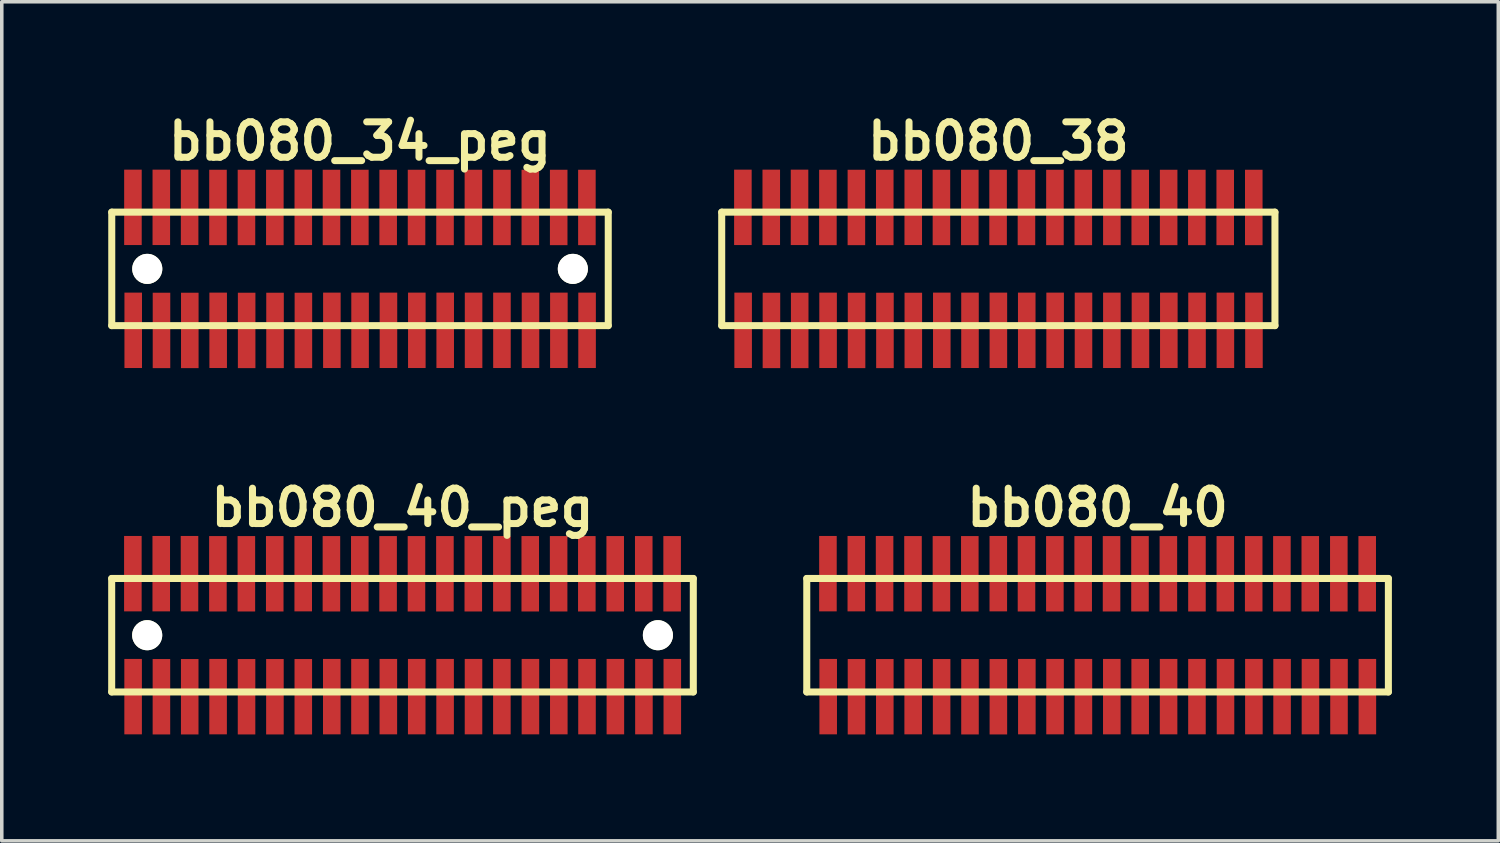
<source format=kicad_pcb>
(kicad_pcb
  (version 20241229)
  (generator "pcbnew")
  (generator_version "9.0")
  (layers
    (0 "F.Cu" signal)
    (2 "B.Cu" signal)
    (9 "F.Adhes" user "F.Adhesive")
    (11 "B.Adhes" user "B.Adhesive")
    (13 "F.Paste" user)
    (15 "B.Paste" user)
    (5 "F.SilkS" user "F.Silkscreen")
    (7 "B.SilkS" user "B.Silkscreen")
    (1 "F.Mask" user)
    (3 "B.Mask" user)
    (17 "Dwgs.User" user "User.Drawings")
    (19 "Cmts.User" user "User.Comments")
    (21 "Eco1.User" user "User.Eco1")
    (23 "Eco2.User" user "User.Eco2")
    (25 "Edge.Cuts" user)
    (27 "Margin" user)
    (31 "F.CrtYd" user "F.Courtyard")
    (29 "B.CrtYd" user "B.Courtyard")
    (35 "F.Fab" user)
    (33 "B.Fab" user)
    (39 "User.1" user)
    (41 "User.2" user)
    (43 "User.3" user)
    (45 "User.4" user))
  (footprint "bb080_40_peg"
    (layer "F.Cu")
    (at 8.298 14.859)
    (property "Reference" "bb080_40_peg" (at 0 -3.599 0) (layer "F.SilkS") (effects (font (size 0.998 0.998) (thickness 0.198))))
    (attr through_hole)
    (fp_line (start -8.199 -1.6) (end -8.199 1.6) (stroke (width 0.198) (type solid)) (layer "F.SilkS"))
    (fp_line (start -8.199 -1.6) (end 8.199 -1.6) (stroke (width 0.198) (type solid)) (layer "F.SilkS"))
    (fp_line (start 8.199 1.6) (end -8.199 1.6) (stroke (width 0.198) (type solid)) (layer "F.SilkS"))
    (fp_line (start 8.199 1.6) (end 8.199 -1.6) (stroke (width 0.198) (type solid)) (layer "F.SilkS"))
    (pad "" np_thru_hole circle (at -7.198 0) (size 0.848 0.848) (drill 0.848) (layers "*.Cu" "*.Mask" "F.SilkS"))
    (pad "" np_thru_hole circle (at 7.201 0) (size 0.848 0.848) (drill 0.848) (layers "*.Cu" "*.Mask" "F.SilkS"))
    (pad "1" smd rect (at -7.595 1.732) (size 0.495 2.126) (layers "F.Cu" "F.Mask" "F.Paste"))
    (pad "2" smd rect (at -7.602 -1.735) (size 0.495 2.126) (layers "F.Cu" "F.Mask" "F.Paste"))
    (pad "3" smd rect (at -6.797 1.735) (size 0.495 2.126) (layers "F.Cu" "F.Mask" "F.Paste"))
    (pad "4" smd rect (at -6.802 -1.735) (size 0.495 2.126) (layers "F.Cu" "F.Mask" "F.Paste"))
    (pad "5" smd rect (at -5.999 1.735) (size 0.495 2.126) (layers "F.Cu" "F.Mask" "F.Paste"))
    (pad "6" smd rect (at -6.005 -1.735) (size 0.495 2.126) (layers "F.Cu" "F.Mask" "F.Paste"))
    (pad "7" smd rect (at -5.199 1.732) (size 0.495 2.126) (layers "F.Cu" "F.Mask" "F.Paste"))
    (pad "8" smd rect (at -5.204 -1.732) (size 0.495 2.126) (layers "F.Cu" "F.Mask" "F.Paste"))
    (pad "9" smd rect (at -4.397 1.735) (size 0.495 2.126) (layers "F.Cu" "F.Mask" "F.Paste"))
    (pad "10" smd rect (at -4.402 -1.732) (size 0.495 2.126) (layers "F.Cu" "F.Mask" "F.Paste"))
    (pad "11" smd rect (at -3.597 1.735) (size 0.495 2.126) (layers "F.Cu" "F.Mask" "F.Paste"))
    (pad "12" smd rect (at -3.602 -1.732) (size 0.495 2.126) (layers "F.Cu" "F.Mask" "F.Paste"))
    (pad "13" smd rect (at -2.797 1.735) (size 0.495 2.126) (layers "F.Cu" "F.Mask" "F.Paste"))
    (pad "14" smd rect (at -2.799 -1.735) (size 0.495 2.126) (layers "F.Cu" "F.Mask" "F.Paste"))
    (pad "15" smd rect (at -1.994 1.732) (size 0.495 2.126) (layers "F.Cu" "F.Mask" "F.Paste"))
    (pad "16" smd rect (at -2.004 -1.732) (size 0.495 2.126) (layers "F.Cu" "F.Mask" "F.Paste"))
    (pad "17" smd rect (at -1.199 1.732) (size 0.495 2.126) (layers "F.Cu" "F.Mask" "F.Paste"))
    (pad "18" smd rect (at -1.204 -1.732) (size 0.495 2.126) (layers "F.Cu" "F.Mask" "F.Paste"))
    (pad "19" smd rect (at -0.399 1.732) (size 0.495 2.126) (layers "F.Cu" "F.Mask" "F.Paste"))
    (pad "20" smd rect (at -0.406 -1.732) (size 0.495 2.126) (layers "F.Cu" "F.Mask" "F.Paste"))
    (pad "21" smd rect (at 0.401 1.732) (size 0.495 2.126) (layers "F.Cu" "F.Mask" "F.Paste"))
    (pad "22" smd rect (at 0.394 -1.732) (size 0.495 2.126) (layers "F.Cu" "F.Mask" "F.Paste"))
    (pad "23" smd rect (at 1.201 1.732) (size 0.495 2.126) (layers "F.Cu" "F.Mask" "F.Paste"))
    (pad "24" smd rect (at 1.196 -1.732) (size 0.495 2.126) (layers "F.Cu" "F.Mask" "F.Paste"))
    (pad "25" smd rect (at 2.002 1.732) (size 0.495 2.126) (layers "F.Cu" "F.Mask" "F.Paste"))
    (pad "26" smd rect (at 1.996 -1.732) (size 0.495 2.126) (layers "F.Cu" "F.Mask" "F.Paste"))
    (pad "27" smd rect (at 2.802 1.732) (size 0.495 2.126) (layers "F.Cu" "F.Mask" "F.Paste"))
    (pad "28" smd rect (at 2.802 -1.732) (size 0.495 2.126) (layers "F.Cu" "F.Mask" "F.Paste"))
    (pad "29" smd rect (at 3.607 1.732) (size 0.495 2.126) (layers "F.Cu" "F.Mask" "F.Paste"))
    (pad "30" smd rect (at 3.602 -1.732) (size 0.495 2.126) (layers "F.Cu" "F.Mask" "F.Paste"))
    (pad "31" smd rect (at 4.407 1.732) (size 0.495 2.126) (layers "F.Cu" "F.Mask" "F.Paste"))
    (pad "32" smd rect (at 4.402 -1.732) (size 0.495 2.126) (layers "F.Cu" "F.Mask" "F.Paste"))
    (pad "33" smd rect (at 5.202 1.732) (size 0.495 2.126) (layers "F.Cu" "F.Mask" "F.Paste"))
    (pad "34" smd rect (at 5.197 -1.732) (size 0.495 2.126) (layers "F.Cu" "F.Mask" "F.Paste"))
    (pad "35" smd rect (at 6.002 1.732) (size 0.495 2.126) (layers "F.Cu" "F.Mask" "F.Paste"))
    (pad "36" smd rect (at 5.997 -1.732) (size 0.495 2.126) (layers "F.Cu" "F.Mask" "F.Paste"))
    (pad "37" smd rect (at 6.807 1.732) (size 0.495 2.126) (layers "F.Cu" "F.Mask" "F.Paste"))
    (pad "38" smd rect (at 6.802 -1.732) (size 0.495 2.126) (layers "F.Cu" "F.Mask" "F.Paste"))
    (pad "39" smd rect (at 7.607 1.732) (size 0.495 2.126) (layers "F.Cu" "F.Mask" "F.Paste"))
    (pad "40" smd rect (at 7.602 -1.732) (size 0.495 2.126) (layers "F.Cu" "F.Mask" "F.Paste")))
  (footprint "bb080_38"
    (layer "F.Cu")
    (at 25.098 4.531)
    (property "Reference" "bb080_38" (at 0 -3.599 0) (layer "F.SilkS") (effects (font (size 0.998 0.998) (thickness 0.198))))
    (attr through_hole)
    (fp_line (start -7.8 -1.6) (end -7.8 1.6) (stroke (width 0.198) (type solid)) (layer "F.SilkS"))
    (fp_line (start -7.8 1.6) (end 7.798 1.6) (stroke (width 0.198) (type solid)) (layer "F.SilkS"))
    (fp_line (start 7.798 -1.6) (end -7.8 -1.6) (stroke (width 0.198) (type solid)) (layer "F.SilkS"))
    (fp_line (start 7.798 1.6) (end 7.798 -1.6) (stroke (width 0.198) (type solid)) (layer "F.SilkS"))
    (pad "1" smd rect (at -7.196 1.732) (size 0.495 2.126) (layers "F.Cu" "F.Mask" "F.Paste"))
    (pad "2" smd rect (at -7.203 -1.735) (size 0.495 2.126) (layers "F.Cu" "F.Mask" "F.Paste"))
    (pad "3" smd rect (at -6.398 1.735) (size 0.495 2.126) (layers "F.Cu" "F.Mask" "F.Paste"))
    (pad "4" smd rect (at -6.403 -1.735) (size 0.495 2.126) (layers "F.Cu" "F.Mask" "F.Paste"))
    (pad "5" smd rect (at -5.601 1.735) (size 0.495 2.126) (layers "F.Cu" "F.Mask" "F.Paste"))
    (pad "6" smd rect (at -5.606 -1.735) (size 0.495 2.126) (layers "F.Cu" "F.Mask" "F.Paste"))
    (pad "7" smd rect (at -4.801 1.732) (size 0.495 2.126) (layers "F.Cu" "F.Mask" "F.Paste"))
    (pad "8" smd rect (at -4.806 -1.732) (size 0.495 2.126) (layers "F.Cu" "F.Mask" "F.Paste"))
    (pad "9" smd rect (at -3.998 1.735) (size 0.495 2.126) (layers "F.Cu" "F.Mask" "F.Paste"))
    (pad "10" smd rect (at -4.003 -1.732) (size 0.495 2.126) (layers "F.Cu" "F.Mask" "F.Paste"))
    (pad "11" smd rect (at -3.198 1.735) (size 0.495 2.126) (layers "F.Cu" "F.Mask" "F.Paste"))
    (pad "12" smd rect (at -3.203 -1.732) (size 0.495 2.126) (layers "F.Cu" "F.Mask" "F.Paste"))
    (pad "13" smd rect (at -2.398 1.735) (size 0.495 2.126) (layers "F.Cu" "F.Mask" "F.Paste"))
    (pad "14" smd rect (at -2.4 -1.735) (size 0.495 2.126) (layers "F.Cu" "F.Mask" "F.Paste"))
    (pad "15" smd rect (at -1.595 1.732) (size 0.495 2.126) (layers "F.Cu" "F.Mask" "F.Paste"))
    (pad "16" smd rect (at -1.605 -1.732) (size 0.495 2.126) (layers "F.Cu" "F.Mask" "F.Paste"))
    (pad "17" smd rect (at -0.8 1.732) (size 0.495 2.126) (layers "F.Cu" "F.Mask" "F.Paste"))
    (pad "18" smd rect (at -0.805 -1.732) (size 0.495 2.126) (layers "F.Cu" "F.Mask" "F.Paste"))
    (pad "19" smd rect (at 0 1.732) (size 0.495 2.126) (layers "F.Cu" "F.Mask" "F.Paste"))
    (pad "20" smd rect (at -0.008 -1.732) (size 0.495 2.126) (layers "F.Cu" "F.Mask" "F.Paste"))
    (pad "21" smd rect (at 0.8 1.732) (size 0.495 2.126) (layers "F.Cu" "F.Mask" "F.Paste"))
    (pad "22" smd rect (at 0.792 -1.732) (size 0.495 2.126) (layers "F.Cu" "F.Mask" "F.Paste"))
    (pad "23" smd rect (at 1.6 1.732) (size 0.495 2.126) (layers "F.Cu" "F.Mask" "F.Paste"))
    (pad "24" smd rect (at 1.595 -1.732) (size 0.495 2.126) (layers "F.Cu" "F.Mask" "F.Paste"))
    (pad "25" smd rect (at 2.4 1.732) (size 0.495 2.126) (layers "F.Cu" "F.Mask" "F.Paste"))
    (pad "26" smd rect (at 2.395 -1.732) (size 0.495 2.126) (layers "F.Cu" "F.Mask" "F.Paste"))
    (pad "27" smd rect (at 3.2 1.732) (size 0.495 2.126) (layers "F.Cu" "F.Mask" "F.Paste"))
    (pad "28" smd rect (at 3.2 -1.732) (size 0.495 2.126) (layers "F.Cu" "F.Mask" "F.Paste"))
    (pad "29" smd rect (at 4.006 1.732) (size 0.495 2.126) (layers "F.Cu" "F.Mask" "F.Paste"))
    (pad "30" smd rect (at 4 -1.732) (size 0.495 2.126) (layers "F.Cu" "F.Mask" "F.Paste"))
    (pad "31" smd rect (at 4.806 1.732) (size 0.495 2.126) (layers "F.Cu" "F.Mask" "F.Paste"))
    (pad "32" smd rect (at 4.801 -1.732) (size 0.495 2.126) (layers "F.Cu" "F.Mask" "F.Paste"))
    (pad "33" smd rect (at 5.601 1.732) (size 0.495 2.126) (layers "F.Cu" "F.Mask" "F.Paste"))
    (pad "34" smd rect (at 5.596 -1.732) (size 0.495 2.126) (layers "F.Cu" "F.Mask" "F.Paste"))
    (pad "35" smd rect (at 6.401 1.732) (size 0.495 2.126) (layers "F.Cu" "F.Mask" "F.Paste"))
    (pad "36" smd rect (at 6.396 -1.732) (size 0.495 2.126) (layers "F.Cu" "F.Mask" "F.Paste"))
    (pad "37" smd rect (at 7.206 1.732) (size 0.495 2.126) (layers "F.Cu" "F.Mask" "F.Paste"))
    (pad "38" smd rect (at 7.201 -1.732) (size 0.495 2.126) (layers "F.Cu" "F.Mask" "F.Paste")))
  (footprint "bb080_40"
    (layer "F.Cu")
    (at 27.895 14.859)
    (property "Reference" "bb080_40" (at 0 -3.599 0) (layer "F.SilkS") (effects (font (size 0.998 0.998) (thickness 0.198))))
    (attr through_hole)
    (fp_line (start -8.199 -1.6) (end -8.199 1.6) (stroke (width 0.198) (type solid)) (layer "F.SilkS"))
    (fp_line (start -8.199 -1.6) (end 8.199 -1.6) (stroke (width 0.198) (type solid)) (layer "F.SilkS"))
    (fp_line (start 8.199 1.6) (end -8.199 1.6) (stroke (width 0.198) (type solid)) (layer "F.SilkS"))
    (fp_line (start 8.199 1.6) (end 8.199 -1.6) (stroke (width 0.198) (type solid)) (layer "F.SilkS"))
    (pad "1" smd rect (at -7.595 1.732) (size 0.495 2.126) (layers "F.Cu" "F.Mask" "F.Paste"))
    (pad "2" smd rect (at -7.602 -1.735) (size 0.495 2.126) (layers "F.Cu" "F.Mask" "F.Paste"))
    (pad "3" smd rect (at -6.797 1.735) (size 0.495 2.126) (layers "F.Cu" "F.Mask" "F.Paste"))
    (pad "4" smd rect (at -6.802 -1.735) (size 0.495 2.126) (layers "F.Cu" "F.Mask" "F.Paste"))
    (pad "5" smd rect (at -5.999 1.735) (size 0.495 2.126) (layers "F.Cu" "F.Mask" "F.Paste"))
    (pad "6" smd rect (at -6.005 -1.735) (size 0.495 2.126) (layers "F.Cu" "F.Mask" "F.Paste"))
    (pad "7" smd rect (at -5.199 1.732) (size 0.495 2.126) (layers "F.Cu" "F.Mask" "F.Paste"))
    (pad "8" smd rect (at -5.204 -1.732) (size 0.495 2.126) (layers "F.Cu" "F.Mask" "F.Paste"))
    (pad "9" smd rect (at -4.397 1.735) (size 0.495 2.126) (layers "F.Cu" "F.Mask" "F.Paste"))
    (pad "10" smd rect (at -4.402 -1.732) (size 0.495 2.126) (layers "F.Cu" "F.Mask" "F.Paste"))
    (pad "11" smd rect (at -3.597 1.735) (size 0.495 2.126) (layers "F.Cu" "F.Mask" "F.Paste"))
    (pad "12" smd rect (at -3.602 -1.732) (size 0.495 2.126) (layers "F.Cu" "F.Mask" "F.Paste"))
    (pad "13" smd rect (at -2.797 1.735) (size 0.495 2.126) (layers "F.Cu" "F.Mask" "F.Paste"))
    (pad "14" smd rect (at -2.799 -1.735) (size 0.495 2.126) (layers "F.Cu" "F.Mask" "F.Paste"))
    (pad "15" smd rect (at -1.994 1.732) (size 0.495 2.126) (layers "F.Cu" "F.Mask" "F.Paste"))
    (pad "16" smd rect (at -2.004 -1.732) (size 0.495 2.126) (layers "F.Cu" "F.Mask" "F.Paste"))
    (pad "17" smd rect (at -1.199 1.732) (size 0.495 2.126) (layers "F.Cu" "F.Mask" "F.Paste"))
    (pad "18" smd rect (at -1.204 -1.732) (size 0.495 2.126) (layers "F.Cu" "F.Mask" "F.Paste"))
    (pad "19" smd rect (at -0.399 1.732) (size 0.495 2.126) (layers "F.Cu" "F.Mask" "F.Paste"))
    (pad "20" smd rect (at -0.406 -1.732) (size 0.495 2.126) (layers "F.Cu" "F.Mask" "F.Paste"))
    (pad "21" smd rect (at 0.401 1.732) (size 0.495 2.126) (layers "F.Cu" "F.Mask" "F.Paste"))
    (pad "22" smd rect (at 0.394 -1.732) (size 0.495 2.126) (layers "F.Cu" "F.Mask" "F.Paste"))
    (pad "23" smd rect (at 1.201 1.732) (size 0.495 2.126) (layers "F.Cu" "F.Mask" "F.Paste"))
    (pad "24" smd rect (at 1.196 -1.732) (size 0.495 2.126) (layers "F.Cu" "F.Mask" "F.Paste"))
    (pad "25" smd rect (at 2.002 1.732) (size 0.495 2.126) (layers "F.Cu" "F.Mask" "F.Paste"))
    (pad "26" smd rect (at 1.996 -1.732) (size 0.495 2.126) (layers "F.Cu" "F.Mask" "F.Paste"))
    (pad "27" smd rect (at 2.802 1.732) (size 0.495 2.126) (layers "F.Cu" "F.Mask" "F.Paste"))
    (pad "28" smd rect (at 2.802 -1.732) (size 0.495 2.126) (layers "F.Cu" "F.Mask" "F.Paste"))
    (pad "29" smd rect (at 3.607 1.732) (size 0.495 2.126) (layers "F.Cu" "F.Mask" "F.Paste"))
    (pad "30" smd rect (at 3.602 -1.732) (size 0.495 2.126) (layers "F.Cu" "F.Mask" "F.Paste"))
    (pad "31" smd rect (at 4.407 1.732) (size 0.495 2.126) (layers "F.Cu" "F.Mask" "F.Paste"))
    (pad "32" smd rect (at 4.402 -1.732) (size 0.495 2.126) (layers "F.Cu" "F.Mask" "F.Paste"))
    (pad "33" smd rect (at 5.202 1.732) (size 0.495 2.126) (layers "F.Cu" "F.Mask" "F.Paste"))
    (pad "34" smd rect (at 5.197 -1.732) (size 0.495 2.126) (layers "F.Cu" "F.Mask" "F.Paste"))
    (pad "35" smd rect (at 6.002 1.732) (size 0.495 2.126) (layers "F.Cu" "F.Mask" "F.Paste"))
    (pad "36" smd rect (at 5.997 -1.732) (size 0.495 2.126) (layers "F.Cu" "F.Mask" "F.Paste"))
    (pad "37" smd rect (at 6.807 1.732) (size 0.495 2.126) (layers "F.Cu" "F.Mask" "F.Paste"))
    (pad "38" smd rect (at 6.802 -1.732) (size 0.495 2.126) (layers "F.Cu" "F.Mask" "F.Paste"))
    (pad "39" smd rect (at 7.607 1.732) (size 0.495 2.126) (layers "F.Cu" "F.Mask" "F.Paste"))
    (pad "40" smd rect (at 7.602 -1.732) (size 0.495 2.126) (layers "F.Cu" "F.Mask" "F.Paste")))
  (footprint "bb080_34_peg"
    (layer "F.Cu")
    (at 7.099 4.531)
    (property "Reference" "bb080_34_peg" (at 0 -3.599 0) (layer "F.SilkS") (effects (font (size 0.998 0.998) (thickness 0.198))))
    (attr through_hole)
    (fp_line (start -7 1.6) (end 7 1.6) (stroke (width 0.198) (type solid)) (layer "F.SilkS"))
    (fp_line (start -6.998 -1.6) (end -6.998 1.6) (stroke (width 0.198) (type solid)) (layer "F.SilkS"))
    (fp_line (start 7 -1.6) (end -7 -1.6) (stroke (width 0.198) (type solid)) (layer "F.SilkS"))
    (fp_line (start 7 1.6) (end 7 -1.6) (stroke (width 0.198) (type solid)) (layer "F.SilkS"))
    (pad "" np_thru_hole circle (at -5.997 0) (size 0.848 0.848) (drill 0.848) (layers "*.Cu" "*.Mask" "F.SilkS"))
    (pad "" np_thru_hole circle (at 6.002 0) (size 0.848 0.848) (drill 0.848) (layers "*.Cu" "*.Mask" "F.SilkS"))
    (pad "1" smd rect (at -6.393 1.732) (size 0.495 2.126) (layers "F.Cu" "F.Mask" "F.Paste"))
    (pad "2" smd rect (at -6.401 -1.735) (size 0.495 2.126) (layers "F.Cu" "F.Mask" "F.Paste"))
    (pad "3" smd rect (at -5.596 1.735) (size 0.495 2.126) (layers "F.Cu" "F.Mask" "F.Paste"))
    (pad "4" smd rect (at -5.601 -1.735) (size 0.495 2.126) (layers "F.Cu" "F.Mask" "F.Paste"))
    (pad "5" smd rect (at -4.798 1.735) (size 0.495 2.126) (layers "F.Cu" "F.Mask" "F.Paste"))
    (pad "6" smd rect (at -4.803 -1.735) (size 0.495 2.126) (layers "F.Cu" "F.Mask" "F.Paste"))
    (pad "7" smd rect (at -3.998 1.732) (size 0.495 2.126) (layers "F.Cu" "F.Mask" "F.Paste"))
    (pad "8" smd rect (at -4.003 -1.732) (size 0.495 2.126) (layers "F.Cu" "F.Mask" "F.Paste"))
    (pad "9" smd rect (at -3.195 1.735) (size 0.495 2.126) (layers "F.Cu" "F.Mask" "F.Paste"))
    (pad "10" smd rect (at -3.2 -1.732) (size 0.495 2.126) (layers "F.Cu" "F.Mask" "F.Paste"))
    (pad "11" smd rect (at -2.395 1.735) (size 0.495 2.126) (layers "F.Cu" "F.Mask" "F.Paste"))
    (pad "12" smd rect (at -2.4 -1.732) (size 0.495 2.126) (layers "F.Cu" "F.Mask" "F.Paste"))
    (pad "13" smd rect (at -1.595 1.735) (size 0.495 2.126) (layers "F.Cu" "F.Mask" "F.Paste"))
    (pad "14" smd rect (at -1.598 -1.735) (size 0.495 2.126) (layers "F.Cu" "F.Mask" "F.Paste"))
    (pad "15" smd rect (at -0.792 1.732) (size 0.495 2.126) (layers "F.Cu" "F.Mask" "F.Paste"))
    (pad "16" smd rect (at -0.803 -1.732) (size 0.495 2.126) (layers "F.Cu" "F.Mask" "F.Paste"))
    (pad "17" smd rect (at 0.003 1.732) (size 0.495 2.126) (layers "F.Cu" "F.Mask" "F.Paste"))
    (pad "18" smd rect (at -0.003 -1.732) (size 0.495 2.126) (layers "F.Cu" "F.Mask" "F.Paste"))
    (pad "19" smd rect (at 0.803 1.732) (size 0.495 2.126) (layers "F.Cu" "F.Mask" "F.Paste"))
    (pad "20" smd rect (at 0.795 -1.732) (size 0.495 2.126) (layers "F.Cu" "F.Mask" "F.Paste"))
    (pad "21" smd rect (at 1.603 1.732) (size 0.495 2.126) (layers "F.Cu" "F.Mask" "F.Paste"))
    (pad "22" smd rect (at 1.595 -1.732) (size 0.495 2.126) (layers "F.Cu" "F.Mask" "F.Paste"))
    (pad "23" smd rect (at 2.403 1.732) (size 0.495 2.126) (layers "F.Cu" "F.Mask" "F.Paste"))
    (pad "24" smd rect (at 2.398 -1.732) (size 0.495 2.126) (layers "F.Cu" "F.Mask" "F.Paste"))
    (pad "25" smd rect (at 3.203 1.732) (size 0.495 2.126) (layers "F.Cu" "F.Mask" "F.Paste"))
    (pad "26" smd rect (at 3.198 -1.732) (size 0.495 2.126) (layers "F.Cu" "F.Mask" "F.Paste"))
    (pad "27" smd rect (at 4.003 1.732) (size 0.495 2.126) (layers "F.Cu" "F.Mask" "F.Paste"))
    (pad "28" smd rect (at 4.003 -1.732) (size 0.495 2.126) (layers "F.Cu" "F.Mask" "F.Paste"))
    (pad "29" smd rect (at 4.808 1.732) (size 0.495 2.126) (layers "F.Cu" "F.Mask" "F.Paste"))
    (pad "30" smd rect (at 4.803 -1.732) (size 0.495 2.126) (layers "F.Cu" "F.Mask" "F.Paste"))
    (pad "31" smd rect (at 5.608 1.732) (size 0.495 2.126) (layers "F.Cu" "F.Mask" "F.Paste"))
    (pad "32" smd rect (at 5.603 -1.732) (size 0.495 2.126) (layers "F.Cu" "F.Mask" "F.Paste"))
    (pad "33" smd rect (at 6.403 1.732) (size 0.495 2.126) (layers "F.Cu" "F.Mask" "F.Paste"))
    (pad "34" smd rect (at 6.398 -1.732) (size 0.495 2.126) (layers "F.Cu" "F.Mask" "F.Paste")))
  (gr_rect
    (start -3 -3)
    (end 39.193 20.657)
    (stroke (width 0.1) (type default))
    (fill no)
    (layer "Edge.Cuts")))
</source>
